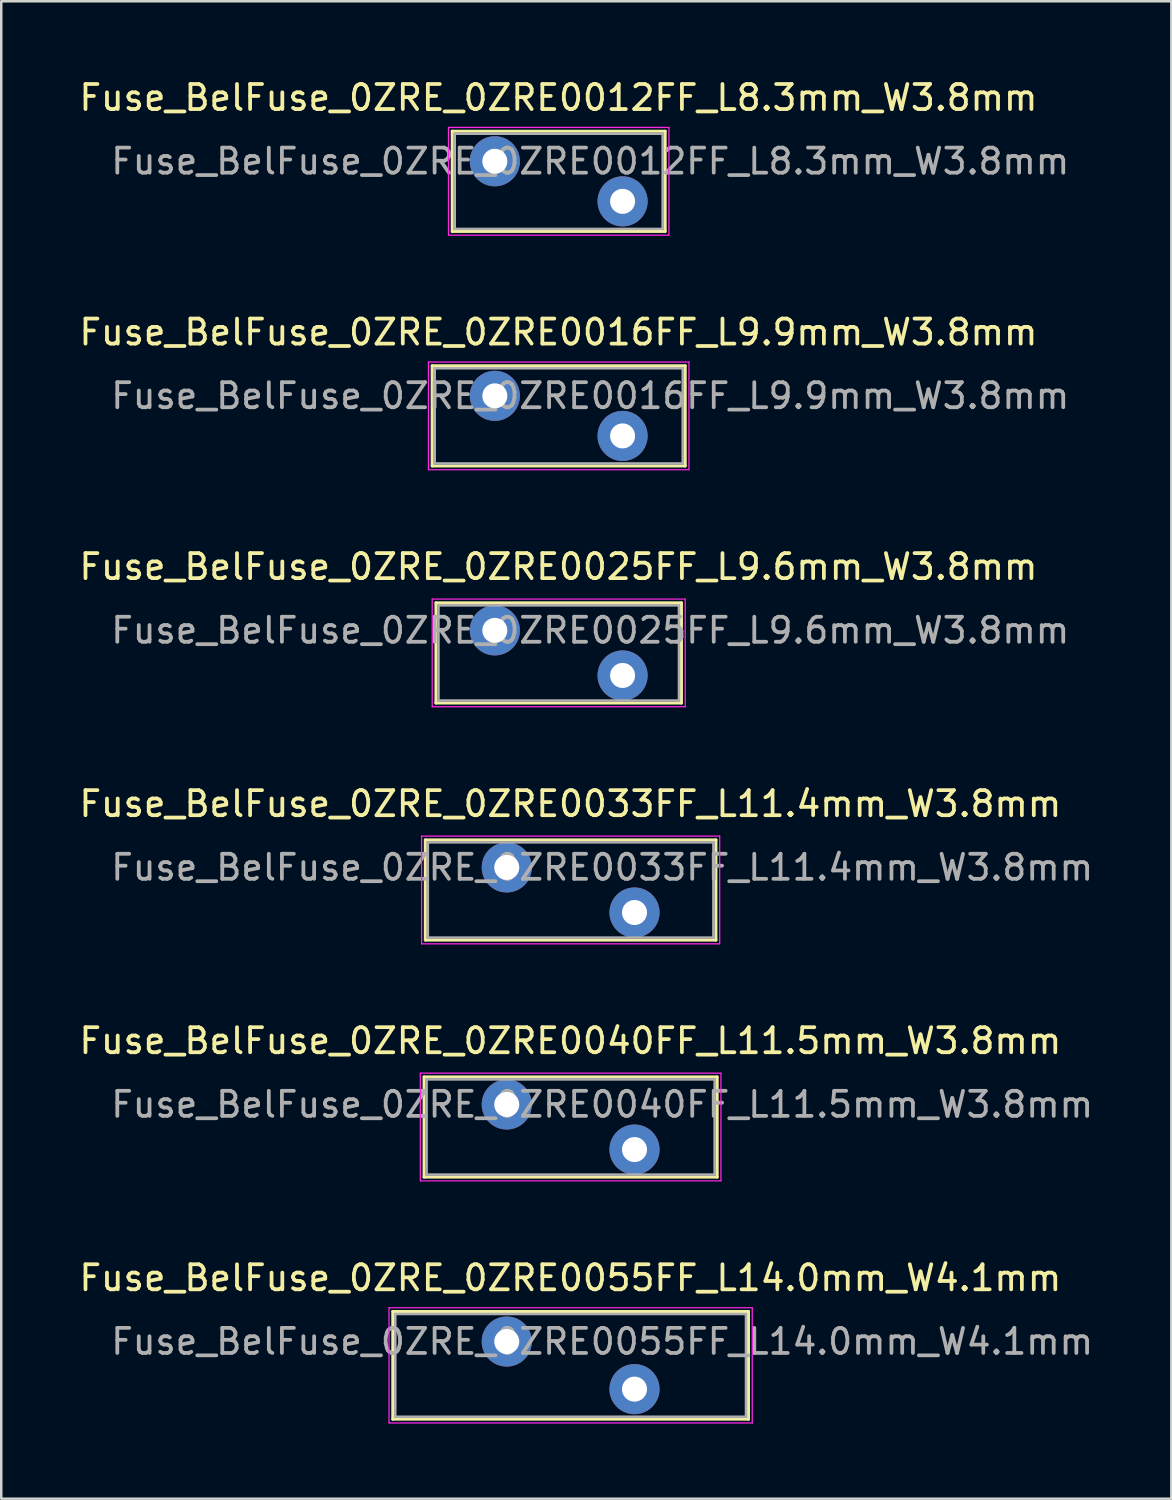
<source format=kicad_pcb>
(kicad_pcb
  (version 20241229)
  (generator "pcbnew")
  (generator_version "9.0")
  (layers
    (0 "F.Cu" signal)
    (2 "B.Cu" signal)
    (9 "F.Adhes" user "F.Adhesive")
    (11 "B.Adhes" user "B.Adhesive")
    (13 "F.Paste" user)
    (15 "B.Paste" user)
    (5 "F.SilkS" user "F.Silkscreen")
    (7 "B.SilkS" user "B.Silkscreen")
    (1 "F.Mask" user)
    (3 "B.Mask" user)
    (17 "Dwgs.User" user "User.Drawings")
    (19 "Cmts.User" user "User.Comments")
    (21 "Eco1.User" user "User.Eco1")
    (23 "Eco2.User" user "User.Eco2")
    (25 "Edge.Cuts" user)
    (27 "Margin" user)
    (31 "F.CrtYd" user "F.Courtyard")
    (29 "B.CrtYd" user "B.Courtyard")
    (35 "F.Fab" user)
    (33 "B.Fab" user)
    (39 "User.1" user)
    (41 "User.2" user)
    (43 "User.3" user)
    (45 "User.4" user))
  (footprint "Fuse_BelFuse_0ZRE_0ZRE0016FF_L9.9mm_W3.8mm"
    (layer "F.Cu")
    (at 16.704 12.752)
    (property "Reference" "Fuse_BelFuse_0ZRE_0ZRE0016FF_L9.9mm_W3.8mm" (at 2.54 -2.54 0) (layer "F.SilkS") (effects (font (size 1 1) (thickness 0.15))))
    (attr through_hole)
    (fp_line (start -2.5 -1.2) (end -2.5 2.8) (stroke (width 0.12) (type solid)) (layer "F.SilkS"))
    (fp_line (start -2.5 -1.2) (end 7.6 -1.2) (stroke (width 0.12) (type solid)) (layer "F.SilkS"))
    (fp_line (start -2.5 2.8) (end 7.6 2.8) (stroke (width 0.12) (type solid)) (layer "F.SilkS"))
    (fp_line (start 7.6 -1.2) (end 7.6 2.8) (stroke (width 0.12) (type solid)) (layer "F.SilkS"))
    (fp_line (start -2.65 -1.35) (end -2.65 2.95) (stroke (width 0.05) (type solid)) (layer "F.CrtYd"))
    (fp_line (start -2.65 -1.35) (end 7.75 -1.35) (stroke (width 0.05) (type solid)) (layer "F.CrtYd"))
    (fp_line (start -2.65 2.95) (end 7.75 2.95) (stroke (width 0.05) (type solid)) (layer "F.CrtYd"))
    (fp_line (start 7.75 -1.35) (end 7.75 2.95) (stroke (width 0.05) (type solid)) (layer "F.CrtYd"))
    (fp_line (start -2.4 -1.1) (end -2.4 2.7) (stroke (width 0.1) (type solid)) (layer "F.Fab"))
    (fp_line (start -2.4 -1.1) (end 7.5 -1.1) (stroke (width 0.1) (type solid)) (layer "F.Fab"))
    (fp_line (start -2.4 2.7) (end 7.5 2.7) (stroke (width 0.1) (type solid)) (layer "F.Fab"))
    (fp_line (start 7.5 -1.1) (end 7.5 2.7) (stroke (width 0.1) (type solid)) (layer "F.Fab"))
    (fp_text user "${REFERENCE}" (at 3.81 0 0) (layer "F.Fab") (effects (font (size 1 1) (thickness 0.15))))
    (pad "1" thru_hole circle (at 0 0) (size 2 2) (drill 1) (layers "*.Cu" "*.Mask"))
    (pad "2" thru_hole circle (at 5.1 1.6) (size 2 2) (drill 1) (layers "*.Cu" "*.Mask")))
  (footprint "Fuse_BelFuse_0ZRE_0ZRE0033FF_L11.4mm_W3.8mm"
    (layer "F.Cu")
    (at 17.18 31.578)
    (property "Reference" "Fuse_BelFuse_0ZRE_0ZRE0033FF_L11.4mm_W3.8mm" (at 2.54 -2.54 0) (layer "F.SilkS") (effects (font (size 1 1) (thickness 0.15))))
    (attr through_hole)
    (fp_line (start -3.25 -1.1) (end -3.25 2.9) (stroke (width 0.12) (type solid)) (layer "F.SilkS"))
    (fp_line (start -3.25 -1.1) (end 8.35 -1.1) (stroke (width 0.12) (type solid)) (layer "F.SilkS"))
    (fp_line (start -3.25 2.9) (end 8.35 2.9) (stroke (width 0.12) (type solid)) (layer "F.SilkS"))
    (fp_line (start 8.35 -1.1) (end 8.35 2.9) (stroke (width 0.12) (type solid)) (layer "F.SilkS"))
    (fp_line (start -3.4 -1.25) (end -3.4 3.05) (stroke (width 0.05) (type solid)) (layer "F.CrtYd"))
    (fp_line (start -3.4 -1.25) (end 8.5 -1.25) (stroke (width 0.05) (type solid)) (layer "F.CrtYd"))
    (fp_line (start -3.4 3.05) (end 8.5 3.05) (stroke (width 0.05) (type solid)) (layer "F.CrtYd"))
    (fp_line (start 8.5 -1.25) (end 8.5 3.05) (stroke (width 0.05) (type solid)) (layer "F.CrtYd"))
    (fp_line (start -3.15 -1) (end -3.15 2.8) (stroke (width 0.1) (type solid)) (layer "F.Fab"))
    (fp_line (start -3.15 -1) (end 8.25 -1) (stroke (width 0.1) (type solid)) (layer "F.Fab"))
    (fp_line (start -3.15 2.8) (end 8.25 2.8) (stroke (width 0.1) (type solid)) (layer "F.Fab"))
    (fp_line (start 8.25 -1) (end 8.25 2.8) (stroke (width 0.1) (type solid)) (layer "F.Fab"))
    (fp_text user "${REFERENCE}" (at 3.81 0 0) (layer "F.Fab") (effects (font (size 1 1) (thickness 0.15))))
    (pad "1" thru_hole circle (at 0 0) (size 2 2) (drill 1) (layers "*.Cu" "*.Mask"))
    (pad "2" thru_hole circle (at 5.1 1.8) (size 2 2) (drill 1) (layers "*.Cu" "*.Mask")))
  (footprint "Fuse_BelFuse_0ZRE_0ZRE0012FF_L8.3mm_W3.8mm"
    (layer "F.Cu")
    (at 16.704 3.388)
    (property "Reference" "Fuse_BelFuse_0ZRE_0ZRE0012FF_L8.3mm_W3.8mm" (at 2.54 -2.54 0) (layer "F.SilkS") (effects (font (size 1 1) (thickness 0.15))))
    (attr through_hole)
    (fp_line (start -1.7 -1.2) (end -1.7 2.8) (stroke (width 0.12) (type solid)) (layer "F.SilkS"))
    (fp_line (start -1.7 -1.2) (end 6.8 -1.2) (stroke (width 0.12) (type solid)) (layer "F.SilkS"))
    (fp_line (start -1.7 2.8) (end 6.8 2.8) (stroke (width 0.12) (type solid)) (layer "F.SilkS"))
    (fp_line (start 6.8 -1.2) (end 6.8 2.8) (stroke (width 0.12) (type solid)) (layer "F.SilkS"))
    (fp_line (start -1.85 -1.35) (end -1.85 2.95) (stroke (width 0.05) (type solid)) (layer "F.CrtYd"))
    (fp_line (start -1.85 -1.35) (end 6.95 -1.35) (stroke (width 0.05) (type solid)) (layer "F.CrtYd"))
    (fp_line (start -1.85 2.95) (end 6.95 2.95) (stroke (width 0.05) (type solid)) (layer "F.CrtYd"))
    (fp_line (start 6.95 -1.35) (end 6.95 2.95) (stroke (width 0.05) (type solid)) (layer "F.CrtYd"))
    (fp_line (start -1.6 -1.1) (end -1.6 2.7) (stroke (width 0.1) (type solid)) (layer "F.Fab"))
    (fp_line (start -1.6 -1.1) (end 6.7 -1.1) (stroke (width 0.1) (type solid)) (layer "F.Fab"))
    (fp_line (start -1.6 2.7) (end 6.7 2.7) (stroke (width 0.1) (type solid)) (layer "F.Fab"))
    (fp_line (start 6.7 -1.1) (end 6.7 2.7) (stroke (width 0.1) (type solid)) (layer "F.Fab"))
    (fp_text user "${REFERENCE}" (at 3.81 0 0) (layer "F.Fab") (effects (font (size 1 1) (thickness 0.15))))
    (pad "1" thru_hole circle (at 0 0) (size 2 2) (drill 1) (layers "*.Cu" "*.Mask"))
    (pad "2" thru_hole circle (at 5.1 1.6) (size 2 2) (drill 1) (layers "*.Cu" "*.Mask")))
  (footprint "Fuse_BelFuse_0ZRE_0ZRE0055FF_L14.0mm_W4.1mm"
    (layer "F.Cu")
    (at 17.18 50.505)
    (property "Reference" "Fuse_BelFuse_0ZRE_0ZRE0055FF_L14.0mm_W4.1mm" (at 2.54 -2.54 0) (layer "F.SilkS") (effects (font (size 1 1) (thickness 0.15))))
    (attr through_hole)
    (fp_line (start -4.55 -1.2) (end -4.55 3.1) (stroke (width 0.12) (type solid)) (layer "F.SilkS"))
    (fp_line (start -4.55 -1.2) (end 9.65 -1.2) (stroke (width 0.12) (type solid)) (layer "F.SilkS"))
    (fp_line (start -4.55 3.1) (end 9.65 3.1) (stroke (width 0.12) (type solid)) (layer "F.SilkS"))
    (fp_line (start 9.65 -1.2) (end 9.65 3.1) (stroke (width 0.12) (type solid)) (layer "F.SilkS"))
    (fp_line (start -4.7 -1.35) (end -4.7 3.25) (stroke (width 0.05) (type solid)) (layer "F.CrtYd"))
    (fp_line (start -4.7 -1.35) (end 9.8 -1.35) (stroke (width 0.05) (type solid)) (layer "F.CrtYd"))
    (fp_line (start -4.7 3.25) (end 9.8 3.25) (stroke (width 0.05) (type solid)) (layer "F.CrtYd"))
    (fp_line (start 9.8 -1.35) (end 9.8 3.25) (stroke (width 0.05) (type solid)) (layer "F.CrtYd"))
    (fp_line (start -4.45 -1.1) (end -4.45 3) (stroke (width 0.1) (type solid)) (layer "F.Fab"))
    (fp_line (start -4.45 -1.1) (end 9.55 -1.1) (stroke (width 0.1) (type solid)) (layer "F.Fab"))
    (fp_line (start -4.45 3) (end 9.55 3) (stroke (width 0.1) (type solid)) (layer "F.Fab"))
    (fp_line (start 9.55 -1.1) (end 9.55 3) (stroke (width 0.1) (type solid)) (layer "F.Fab"))
    (fp_text user "${REFERENCE}" (at 3.81 0 0) (layer "F.Fab") (effects (font (size 1 1) (thickness 0.15))))
    (pad "1" thru_hole circle (at 0 0) (size 2 2) (drill 1) (layers "*.Cu" "*.Mask"))
    (pad "2" thru_hole circle (at 5.1 1.9) (size 2 2) (drill 1) (layers "*.Cu" "*.Mask")))
  (footprint "Fuse_BelFuse_0ZRE_0ZRE0025FF_L9.6mm_W3.8mm"
    (layer "F.Cu")
    (at 16.704 22.115)
    (property "Reference" "Fuse_BelFuse_0ZRE_0ZRE0025FF_L9.6mm_W3.8mm" (at 2.54 -2.54 0) (layer "F.SilkS") (effects (font (size 1 1) (thickness 0.15))))
    (attr through_hole)
    (fp_line (start -2.35 -1.1) (end -2.35 2.9) (stroke (width 0.12) (type solid)) (layer "F.SilkS"))
    (fp_line (start -2.35 -1.1) (end 7.45 -1.1) (stroke (width 0.12) (type solid)) (layer "F.SilkS"))
    (fp_line (start -2.35 2.9) (end 7.45 2.9) (stroke (width 0.12) (type solid)) (layer "F.SilkS"))
    (fp_line (start 7.45 -1.1) (end 7.45 2.9) (stroke (width 0.12) (type solid)) (layer "F.SilkS"))
    (fp_line (start -2.5 -1.25) (end -2.5 3.05) (stroke (width 0.05) (type solid)) (layer "F.CrtYd"))
    (fp_line (start -2.5 -1.25) (end 7.6 -1.25) (stroke (width 0.05) (type solid)) (layer "F.CrtYd"))
    (fp_line (start -2.5 3.05) (end 7.6 3.05) (stroke (width 0.05) (type solid)) (layer "F.CrtYd"))
    (fp_line (start 7.6 -1.25) (end 7.6 3.05) (stroke (width 0.05) (type solid)) (layer "F.CrtYd"))
    (fp_line (start -2.25 -1) (end -2.25 2.8) (stroke (width 0.1) (type solid)) (layer "F.Fab"))
    (fp_line (start -2.25 -1) (end 7.35 -1) (stroke (width 0.1) (type solid)) (layer "F.Fab"))
    (fp_line (start -2.25 2.8) (end 7.35 2.8) (stroke (width 0.1) (type solid)) (layer "F.Fab"))
    (fp_line (start 7.35 -1) (end 7.35 2.8) (stroke (width 0.1) (type solid)) (layer "F.Fab"))
    (fp_text user "${REFERENCE}" (at 3.81 0 0) (layer "F.Fab") (effects (font (size 1 1) (thickness 0.15))))
    (pad "1" thru_hole circle (at 0 0) (size 2 2) (drill 1) (layers "*.Cu" "*.Mask"))
    (pad "2" thru_hole circle (at 5.1 1.8) (size 2 2) (drill 1) (layers "*.Cu" "*.Mask")))
  (footprint "Fuse_BelFuse_0ZRE_0ZRE0040FF_L11.5mm_W3.8mm"
    (layer "F.Cu")
    (at 17.18 41.041)
    (property "Reference" "Fuse_BelFuse_0ZRE_0ZRE0040FF_L11.5mm_W3.8mm" (at 2.54 -2.54 0) (layer "F.SilkS") (effects (font (size 1 1) (thickness 0.15))))
    (attr through_hole)
    (fp_line (start -3.3 -1.1) (end -3.3 2.9) (stroke (width 0.12) (type solid)) (layer "F.SilkS"))
    (fp_line (start -3.3 -1.1) (end 8.4 -1.1) (stroke (width 0.12) (type solid)) (layer "F.SilkS"))
    (fp_line (start -3.3 2.9) (end 8.4 2.9) (stroke (width 0.12) (type solid)) (layer "F.SilkS"))
    (fp_line (start 8.4 -1.1) (end 8.4 2.9) (stroke (width 0.12) (type solid)) (layer "F.SilkS"))
    (fp_line (start -3.45 -1.25) (end -3.45 3.05) (stroke (width 0.05) (type solid)) (layer "F.CrtYd"))
    (fp_line (start -3.45 -1.25) (end 8.55 -1.25) (stroke (width 0.05) (type solid)) (layer "F.CrtYd"))
    (fp_line (start -3.45 3.05) (end 8.55 3.05) (stroke (width 0.05) (type solid)) (layer "F.CrtYd"))
    (fp_line (start 8.55 -1.25) (end 8.55 3.05) (stroke (width 0.05) (type solid)) (layer "F.CrtYd"))
    (fp_line (start -3.2 -1) (end -3.2 2.8) (stroke (width 0.1) (type solid)) (layer "F.Fab"))
    (fp_line (start -3.2 -1) (end 8.3 -1) (stroke (width 0.1) (type solid)) (layer "F.Fab"))
    (fp_line (start -3.2 2.8) (end 8.3 2.8) (stroke (width 0.1) (type solid)) (layer "F.Fab"))
    (fp_line (start 8.3 -1) (end 8.3 2.8) (stroke (width 0.1) (type solid)) (layer "F.Fab"))
    (fp_text user "${REFERENCE}" (at 3.81 0 0) (layer "F.Fab") (effects (font (size 1 1) (thickness 0.15))))
    (pad "1" thru_hole circle (at 0 0) (size 2 2) (drill 1) (layers "*.Cu" "*.Mask"))
    (pad "2" thru_hole circle (at 5.1 1.8) (size 2 2) (drill 1) (layers "*.Cu" "*.Mask")))
  (gr_rect
    (start -3 -3)
    (end 43.71 56.779)
    (stroke (width 0.1) (type default))
    (fill no)
    (layer "Edge.Cuts")))
</source>
